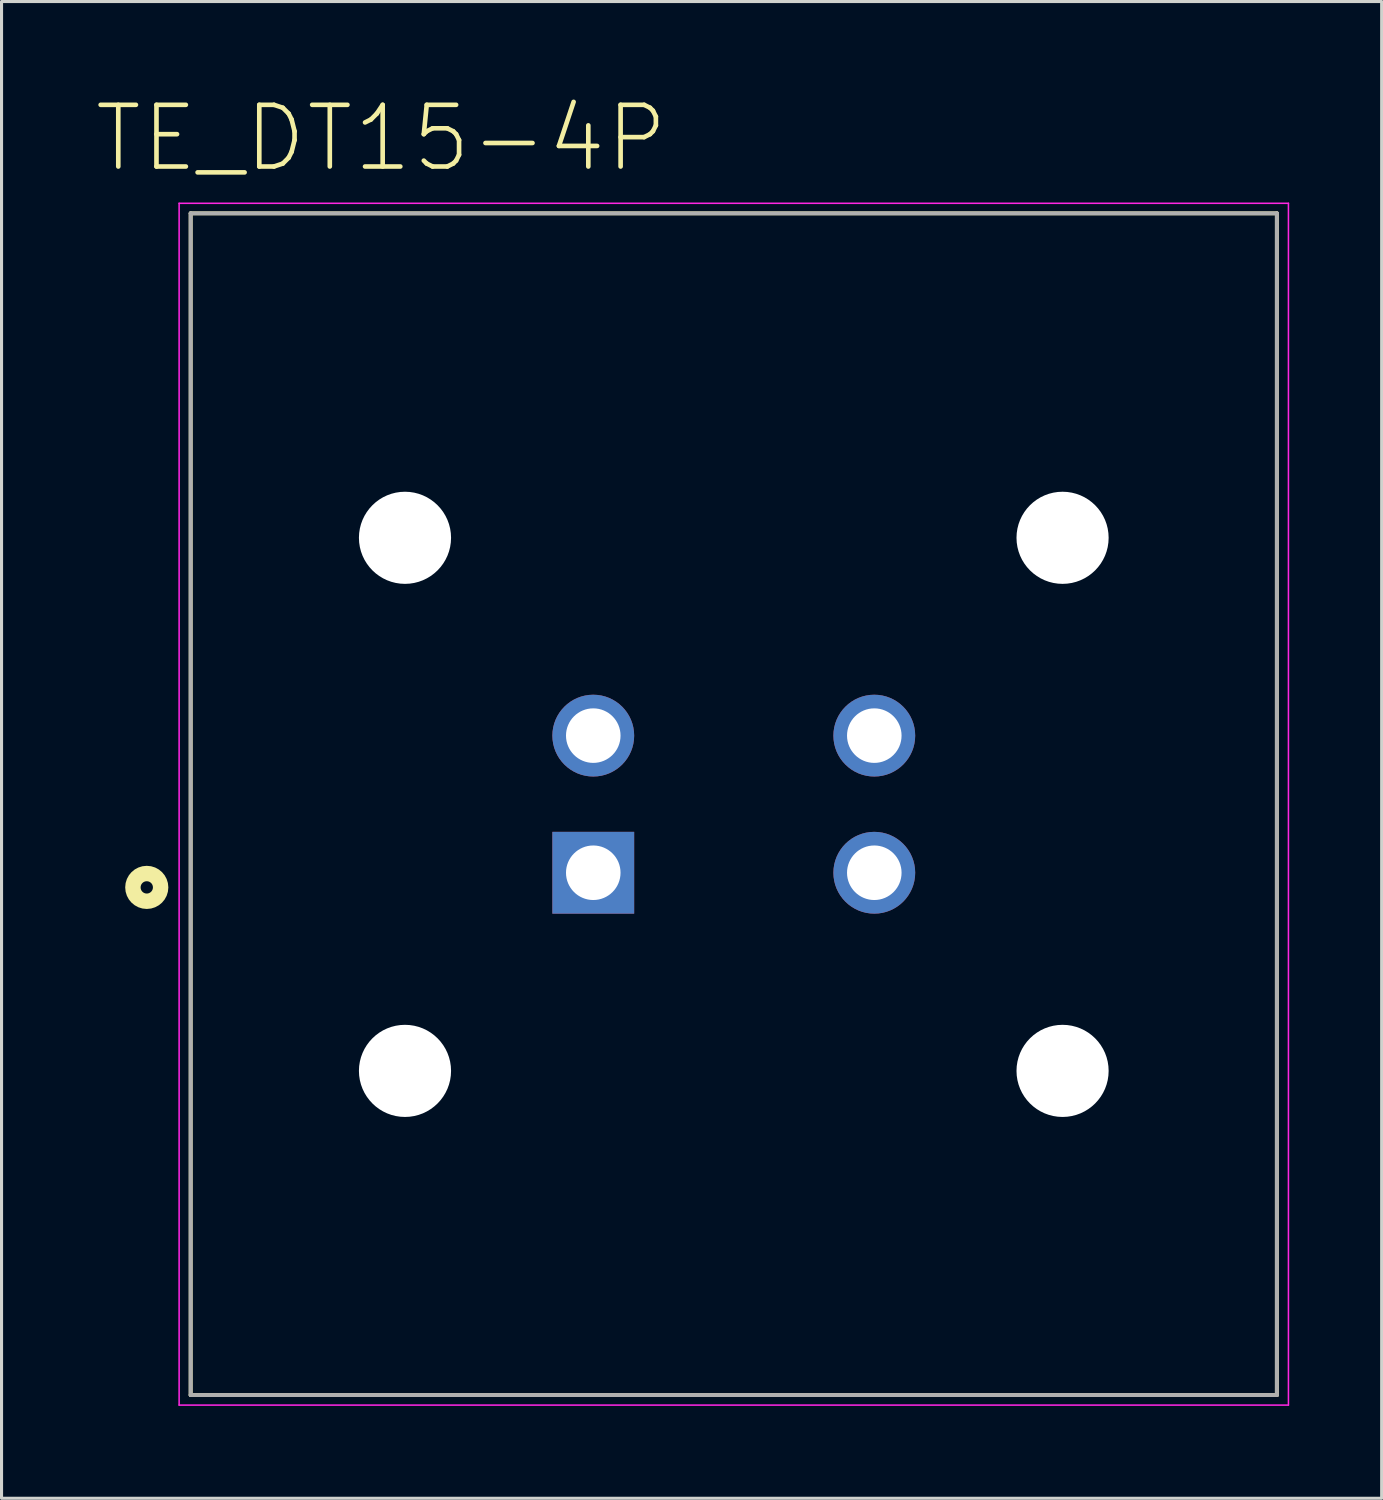
<source format=kicad_pcb>
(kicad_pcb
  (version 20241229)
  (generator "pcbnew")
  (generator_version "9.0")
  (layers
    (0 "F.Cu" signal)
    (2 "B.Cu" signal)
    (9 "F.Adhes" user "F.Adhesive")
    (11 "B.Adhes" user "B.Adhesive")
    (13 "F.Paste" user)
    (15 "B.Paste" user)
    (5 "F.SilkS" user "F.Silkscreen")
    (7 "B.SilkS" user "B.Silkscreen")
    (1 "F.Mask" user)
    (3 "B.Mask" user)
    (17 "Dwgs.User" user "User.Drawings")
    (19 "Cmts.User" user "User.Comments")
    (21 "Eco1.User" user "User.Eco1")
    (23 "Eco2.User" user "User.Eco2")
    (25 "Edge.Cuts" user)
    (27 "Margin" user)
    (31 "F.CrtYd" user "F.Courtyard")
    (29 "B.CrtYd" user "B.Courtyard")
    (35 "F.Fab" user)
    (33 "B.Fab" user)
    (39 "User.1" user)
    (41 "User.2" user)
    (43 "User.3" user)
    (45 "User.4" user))
  (footprint "TE_DT15-4P"
    (layer "F.Cu")
    (at 20.763 23.048)
    (property "Reference" "TE_DT15-4P" (at -11.442 -21.613 0) (layer "F.SilkS") (effects (font (size 2.002 2.002) (thickness 0.15))))
    (attr through_hole)
    (fp_line (start -17.625 -19.175) (end -17.625 19.175) (stroke (width 0.127) (type solid)) (layer "F.SilkS"))
    (fp_line (start -17.625 19.175) (end 17.625 19.175) (stroke (width 0.127) (type solid)) (layer "F.SilkS"))
    (fp_line (start 17.625 -19.175) (end -17.625 -19.175) (stroke (width 0.127) (type solid)) (layer "F.SilkS"))
    (fp_line (start 17.625 19.175) (end 17.625 -19.175) (stroke (width 0.127) (type solid)) (layer "F.SilkS"))
    (fp_circle (center -19.05 2.7) (end -18.85 2.7) (stroke (width 0.5) (type solid)) (fill no) (layer "F.SilkS"))
    (fp_line (start -18 -19.5) (end 18 -19.5) (stroke (width 0.05) (type solid)) (layer "F.CrtYd"))
    (fp_line (start -18 19.5) (end -18 -19.5) (stroke (width 0.05) (type solid)) (layer "F.CrtYd"))
    (fp_line (start 18 -19.5) (end 18 19.5) (stroke (width 0.05) (type solid)) (layer "F.CrtYd"))
    (fp_line (start 18 19.5) (end -18 19.5) (stroke (width 0.05) (type solid)) (layer "F.CrtYd"))
    (fp_line (start -17.625 -19.175) (end -17.625 19.175) (stroke (width 0.127) (type solid)) (layer "F.Fab"))
    (fp_line (start -17.625 19.175) (end 17.625 19.175) (stroke (width 0.127) (type solid)) (layer "F.Fab"))
    (fp_line (start 17.625 -19.175) (end -17.625 -19.175) (stroke (width 0.127) (type solid)) (layer "F.Fab"))
    (fp_line (start 17.625 19.175) (end 17.625 -19.175) (stroke (width 0.127) (type solid)) (layer "F.Fab"))
    (pad "" np_thru_hole circle (at -10.67 -8.645) (size 2.99 2.99) (drill 2.99) (layers "*.Cu" "*.Mask"))
    (pad "" np_thru_hole circle (at -10.67 8.655) (size 2.99 2.99) (drill 2.99) (layers "*.Cu" "*.Mask"))
    (pad "" np_thru_hole circle (at 10.67 -8.645) (size 2.99 2.99) (drill 2.99) (layers "*.Cu" "*.Mask"))
    (pad "" np_thru_hole circle (at 10.67 8.655) (size 2.99 2.99) (drill 2.99) (layers "*.Cu" "*.Mask"))
    (pad "1" thru_hole rect (at -4.56 2.225) (size 2.655 2.655) (drill 1.77) (layers "*.Cu" "*.Mask"))
    (pad "2" thru_hole circle (at -4.56 -2.225) (size 2.655 2.655) (drill 1.77) (layers "*.Cu" "*.Mask"))
    (pad "3" thru_hole circle (at 4.56 -2.225) (size 2.655 2.655) (drill 1.77) (layers "*.Cu" "*.Mask"))
    (pad "4" thru_hole circle (at 4.56 2.225) (size 2.655 2.655) (drill 1.77) (layers "*.Cu" "*.Mask")))
  (gr_rect
    (start -3 -3)
    (end 41.788 45.573)
    (stroke (width 0.1) (type default))
    (fill no)
    (layer "Edge.Cuts")))
</source>
